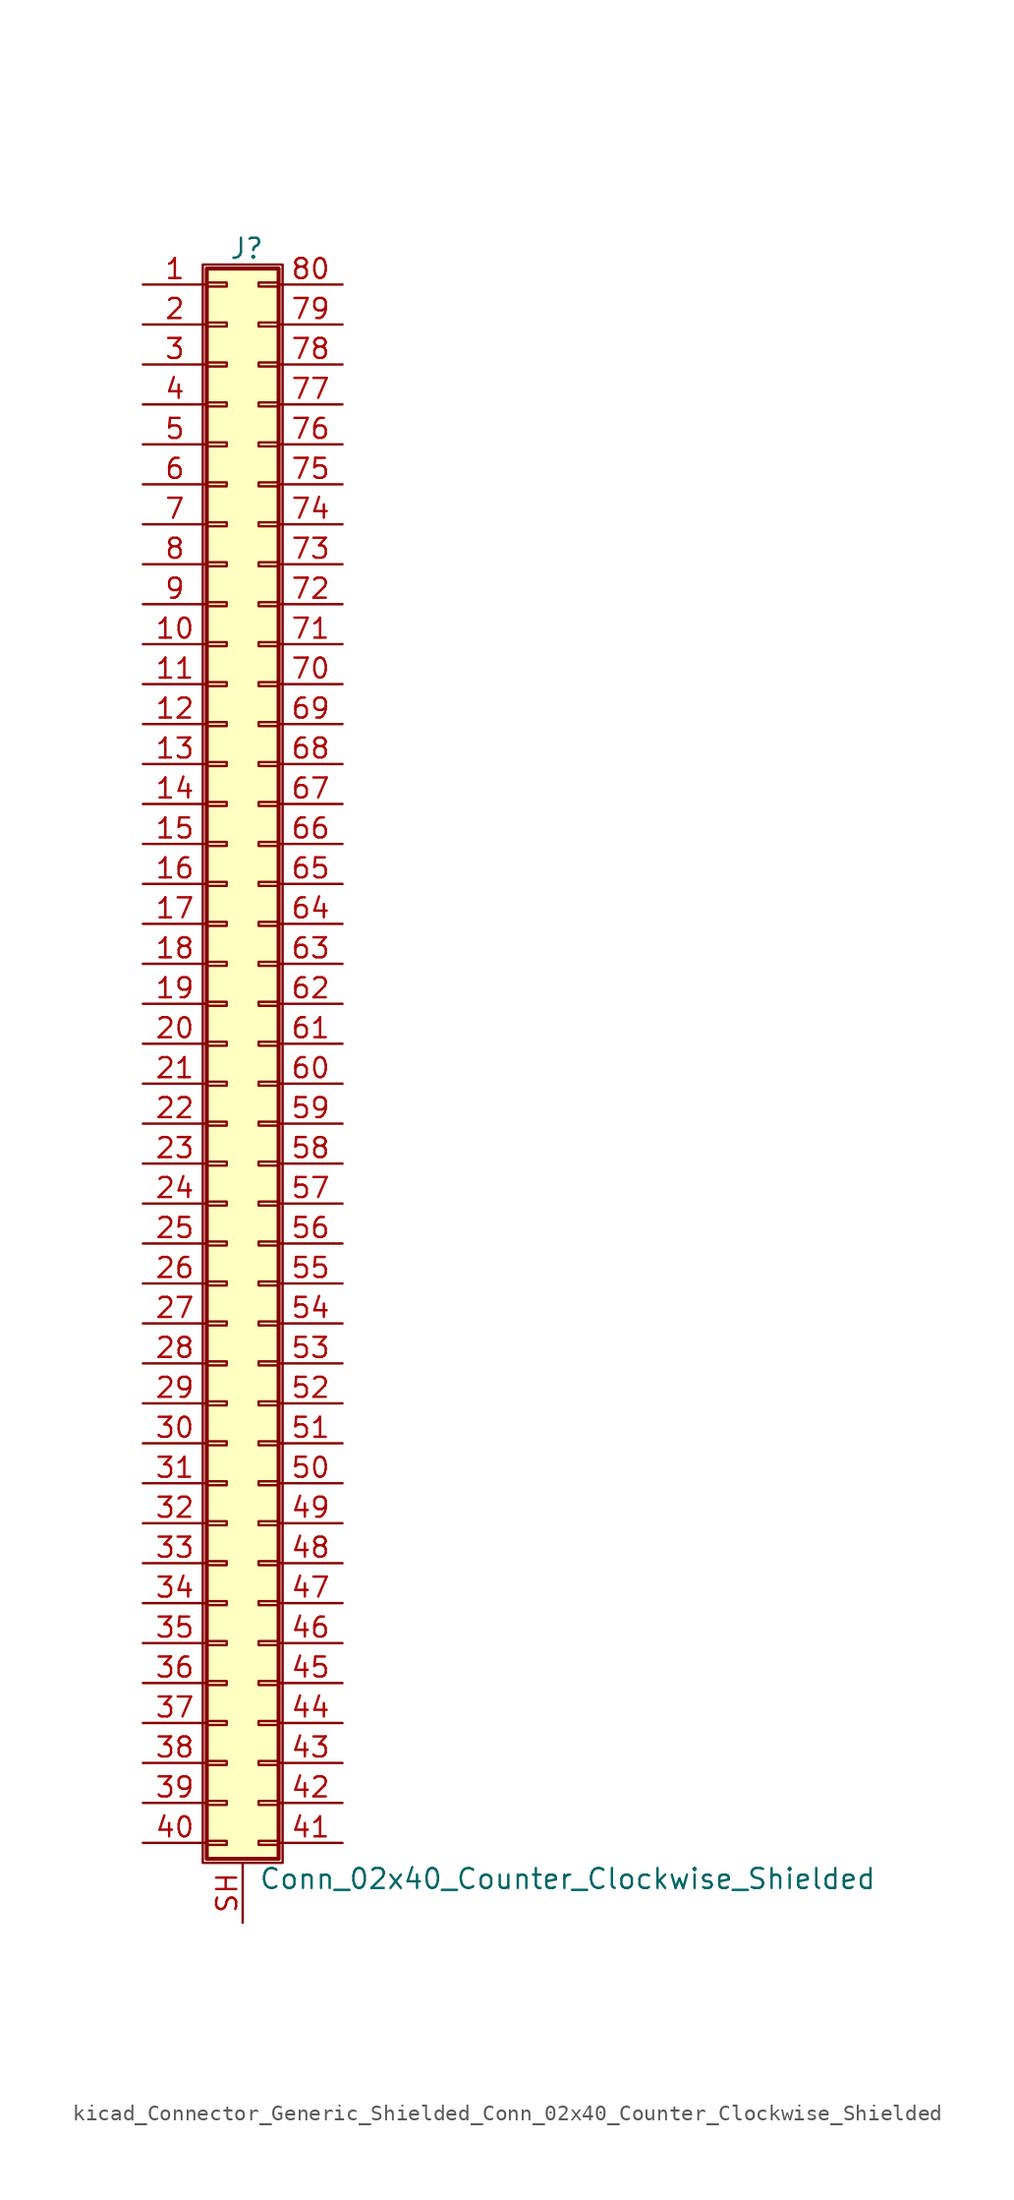
<source format=kicad_sym>
(kicad_symbol_lib
  (version 20220914)
  (generator kicad_symbol_editor)
  (symbol "kicad_Connector_Generic_Shielded_Conn_02x40_Counter_Clockwise_Shielded"
    (pin_names
      (offset 1.016) hide)
    (property "Reference" "J"
      (at 1.524 50.546 0)
      (effects (font (size 1.27 1.27))))
    (property "Value" "Conn_02x40_Counter_Clockwise_Shielded"
      (at 2.286 -53.086 0)
      (effects (font (size 1.27 1.27)) (justify left)))
    (symbol "kicad_Connector_Generic_Shielded_Conn_02x40_Counter_Clockwise_Shielded_1_1"
      (rectangle (start -1.27 49.53) (end 3.81 -52.07) (stroke (width 0.152) (type default)) (fill (type none)))
      (rectangle (start -1.016 -50.673) (end 0.254 -50.927) (stroke (width 0.152) (type default)) (fill (type none)))
      (rectangle (start -1.016 -48.133) (end 0.254 -48.387) (stroke (width 0.152) (type default)) (fill (type none)))
      (rectangle (start -1.016 -45.593) (end 0.254 -45.847) (stroke (width 0.152) (type default)) (fill (type none)))
      (rectangle (start -1.016 -43.053) (end 0.254 -43.307) (stroke (width 0.152) (type default)) (fill (type none)))
      (rectangle (start -1.016 -40.513) (end 0.254 -40.767) (stroke (width 0.152) (type default)) (fill (type none)))
      (rectangle (start -1.016 -37.973) (end 0.254 -38.227) (stroke (width 0.152) (type default)) (fill (type none)))
      (rectangle (start -1.016 -35.433) (end 0.254 -35.687) (stroke (width 0.152) (type default)) (fill (type none)))
      (rectangle (start -1.016 -32.893) (end 0.254 -33.147) (stroke (width 0.152) (type default)) (fill (type none)))
      (rectangle (start -1.016 -30.353) (end 0.254 -30.607) (stroke (width 0.152) (type default)) (fill (type none)))
      (rectangle (start -1.016 -27.813) (end 0.254 -28.067) (stroke (width 0.152) (type default)) (fill (type none)))
      (rectangle (start -1.016 -25.273) (end 0.254 -25.527) (stroke (width 0.152) (type default)) (fill (type none)))
      (rectangle (start -1.016 -22.733) (end 0.254 -22.987) (stroke (width 0.152) (type default)) (fill (type none)))
      (rectangle (start -1.016 -20.193) (end 0.254 -20.447) (stroke (width 0.152) (type default)) (fill (type none)))
      (rectangle (start -1.016 -17.653) (end 0.254 -17.907) (stroke (width 0.152) (type default)) (fill (type none)))
      (rectangle (start -1.016 -15.113) (end 0.254 -15.367) (stroke (width 0.152) (type default)) (fill (type none)))
      (rectangle (start -1.016 -12.573) (end 0.254 -12.827) (stroke (width 0.152) (type default)) (fill (type none)))
      (rectangle (start -1.016 -10.033) (end 0.254 -10.287) (stroke (width 0.152) (type default)) (fill (type none)))
      (rectangle (start -1.016 -7.493) (end 0.254 -7.747) (stroke (width 0.152) (type default)) (fill (type none)))
      (rectangle (start -1.016 -4.953) (end 0.254 -5.207) (stroke (width 0.152) (type default)) (fill (type none)))
      (rectangle (start -1.016 -2.413) (end 0.254 -2.667) (stroke (width 0.152) (type default)) (fill (type none)))
      (rectangle (start -1.016 0.127) (end 0.254 -0.127) (stroke (width 0.152) (type default)) (fill (type none)))
      (rectangle (start -1.016 2.667) (end 0.254 2.413) (stroke (width 0.152) (type default)) (fill (type none)))
      (rectangle (start -1.016 5.207) (end 0.254 4.953) (stroke (width 0.152) (type default)) (fill (type none)))
      (rectangle (start -1.016 7.747) (end 0.254 7.493) (stroke (width 0.152) (type default)) (fill (type none)))
      (rectangle (start -1.016 10.287) (end 0.254 10.033) (stroke (width 0.152) (type default)) (fill (type none)))
      (rectangle (start -1.016 12.827) (end 0.254 12.573) (stroke (width 0.152) (type default)) (fill (type none)))
      (rectangle (start -1.016 15.367) (end 0.254 15.113) (stroke (width 0.152) (type default)) (fill (type none)))
      (rectangle (start -1.016 17.907) (end 0.254 17.653) (stroke (width 0.152) (type default)) (fill (type none)))
      (rectangle (start -1.016 20.447) (end 0.254 20.193) (stroke (width 0.152) (type default)) (fill (type none)))
      (rectangle (start -1.016 22.987) (end 0.254 22.733) (stroke (width 0.152) (type default)) (fill (type none)))
      (rectangle (start -1.016 25.527) (end 0.254 25.273) (stroke (width 0.152) (type default)) (fill (type none)))
      (rectangle (start -1.016 28.067) (end 0.254 27.813) (stroke (width 0.152) (type default)) (fill (type none)))
      (rectangle (start -1.016 30.607) (end 0.254 30.353) (stroke (width 0.152) (type default)) (fill (type none)))
      (rectangle (start -1.016 33.147) (end 0.254 32.893) (stroke (width 0.152) (type default)) (fill (type none)))
      (rectangle (start -1.016 35.687) (end 0.254 35.433) (stroke (width 0.152) (type default)) (fill (type none)))
      (rectangle (start -1.016 38.227) (end 0.254 37.973) (stroke (width 0.152) (type default)) (fill (type none)))
      (rectangle (start -1.016 40.767) (end 0.254 40.513) (stroke (width 0.152) (type default)) (fill (type none)))
      (rectangle (start -1.016 43.307) (end 0.254 43.053) (stroke (width 0.152) (type default)) (fill (type none)))
      (rectangle (start -1.016 45.847) (end 0.254 45.593) (stroke (width 0.152) (type default)) (fill (type none)))
      (rectangle (start -1.016 48.387) (end 0.254 48.133) (stroke (width 0.152) (type default)) (fill (type none)))
      (rectangle (start -1.016 49.276) (end 3.556 -51.816) (stroke (width 0.254) (type default)) (fill (type background)))
      (rectangle (start 3.556 -50.673) (end 2.286 -50.927) (stroke (width 0.152) (type default)) (fill (type none)))
      (rectangle (start 3.556 -48.133) (end 2.286 -48.387) (stroke (width 0.152) (type default)) (fill (type none)))
      (rectangle (start 3.556 -45.593) (end 2.286 -45.847) (stroke (width 0.152) (type default)) (fill (type none)))
      (rectangle (start 3.556 -43.053) (end 2.286 -43.307) (stroke (width 0.152) (type default)) (fill (type none)))
      (rectangle (start 3.556 -40.513) (end 2.286 -40.767) (stroke (width 0.152) (type default)) (fill (type none)))
      (rectangle (start 3.556 -37.973) (end 2.286 -38.227) (stroke (width 0.152) (type default)) (fill (type none)))
      (rectangle (start 3.556 -35.433) (end 2.286 -35.687) (stroke (width 0.152) (type default)) (fill (type none)))
      (rectangle (start 3.556 -32.893) (end 2.286 -33.147) (stroke (width 0.152) (type default)) (fill (type none)))
      (rectangle (start 3.556 -30.353) (end 2.286 -30.607) (stroke (width 0.152) (type default)) (fill (type none)))
      (rectangle (start 3.556 -27.813) (end 2.286 -28.067) (stroke (width 0.152) (type default)) (fill (type none)))
      (rectangle (start 3.556 -25.273) (end 2.286 -25.527) (stroke (width 0.152) (type default)) (fill (type none)))
      (rectangle (start 3.556 -22.733) (end 2.286 -22.987) (stroke (width 0.152) (type default)) (fill (type none)))
      (rectangle (start 3.556 -20.193) (end 2.286 -20.447) (stroke (width 0.152) (type default)) (fill (type none)))
      (rectangle (start 3.556 -17.653) (end 2.286 -17.907) (stroke (width 0.152) (type default)) (fill (type none)))
      (rectangle (start 3.556 -15.113) (end 2.286 -15.367) (stroke (width 0.152) (type default)) (fill (type none)))
      (rectangle (start 3.556 -12.573) (end 2.286 -12.827) (stroke (width 0.152) (type default)) (fill (type none)))
      (rectangle (start 3.556 -10.033) (end 2.286 -10.287) (stroke (width 0.152) (type default)) (fill (type none)))
      (rectangle (start 3.556 -7.493) (end 2.286 -7.747) (stroke (width 0.152) (type default)) (fill (type none)))
      (rectangle (start 3.556 -4.953) (end 2.286 -5.207) (stroke (width 0.152) (type default)) (fill (type none)))
      (rectangle (start 3.556 -2.413) (end 2.286 -2.667) (stroke (width 0.152) (type default)) (fill (type none)))
      (rectangle (start 3.556 0.127) (end 2.286 -0.127) (stroke (width 0.152) (type default)) (fill (type none)))
      (rectangle (start 3.556 2.667) (end 2.286 2.413) (stroke (width 0.152) (type default)) (fill (type none)))
      (rectangle (start 3.556 5.207) (end 2.286 4.953) (stroke (width 0.152) (type default)) (fill (type none)))
      (rectangle (start 3.556 7.747) (end 2.286 7.493) (stroke (width 0.152) (type default)) (fill (type none)))
      (rectangle (start 3.556 10.287) (end 2.286 10.033) (stroke (width 0.152) (type default)) (fill (type none)))
      (rectangle (start 3.556 12.827) (end 2.286 12.573) (stroke (width 0.152) (type default)) (fill (type none)))
      (rectangle (start 3.556 15.367) (end 2.286 15.113) (stroke (width 0.152) (type default)) (fill (type none)))
      (rectangle (start 3.556 17.907) (end 2.286 17.653) (stroke (width 0.152) (type default)) (fill (type none)))
      (rectangle (start 3.556 20.447) (end 2.286 20.193) (stroke (width 0.152) (type default)) (fill (type none)))
      (rectangle (start 3.556 22.987) (end 2.286 22.733) (stroke (width 0.152) (type default)) (fill (type none)))
      (rectangle (start 3.556 25.527) (end 2.286 25.273) (stroke (width 0.152) (type default)) (fill (type none)))
      (rectangle (start 3.556 28.067) (end 2.286 27.813) (stroke (width 0.152) (type default)) (fill (type none)))
      (rectangle (start 3.556 30.607) (end 2.286 30.353) (stroke (width 0.152) (type default)) (fill (type none)))
      (rectangle (start 3.556 33.147) (end 2.286 32.893) (stroke (width 0.152) (type default)) (fill (type none)))
      (rectangle (start 3.556 35.687) (end 2.286 35.433) (stroke (width 0.152) (type default)) (fill (type none)))
      (rectangle (start 3.556 38.227) (end 2.286 37.973) (stroke (width 0.152) (type default)) (fill (type none)))
      (rectangle (start 3.556 40.767) (end 2.286 40.513) (stroke (width 0.152) (type default)) (fill (type none)))
      (rectangle (start 3.556 43.307) (end 2.286 43.053) (stroke (width 0.152) (type default)) (fill (type none)))
      (rectangle (start 3.556 45.847) (end 2.286 45.593) (stroke (width 0.152) (type default)) (fill (type none)))
      (rectangle (start 3.556 48.387) (end 2.286 48.133) (stroke (width 0.152) (type default)) (fill (type none)))
      (pin passive line (at -5.08 48.26 0) (length 4.064) (name "Pin_1" (effects (font (size 1.27 1.27)))) (number "1" (effects (font (size 1.27 1.27)))))
      (pin passive line (at -5.08 25.4 0) (length 4.064) (name "Pin_10" (effects (font (size 1.27 1.27)))) (number "10" (effects (font (size 1.27 1.27)))))
      (pin passive line (at -5.08 22.86 0) (length 4.064) (name "Pin_11" (effects (font (size 1.27 1.27)))) (number "11" (effects (font (size 1.27 1.27)))))
      (pin passive line (at -5.08 20.32 0) (length 4.064) (name "Pin_12" (effects (font (size 1.27 1.27)))) (number "12" (effects (font (size 1.27 1.27)))))
      (pin passive line (at -5.08 17.78 0) (length 4.064) (name "Pin_13" (effects (font (size 1.27 1.27)))) (number "13" (effects (font (size 1.27 1.27)))))
      (pin passive line (at -5.08 15.24 0) (length 4.064) (name "Pin_14" (effects (font (size 1.27 1.27)))) (number "14" (effects (font (size 1.27 1.27)))))
      (pin passive line (at -5.08 12.7 0) (length 4.064) (name "Pin_15" (effects (font (size 1.27 1.27)))) (number "15" (effects (font (size 1.27 1.27)))))
      (pin passive line (at -5.08 10.16 0) (length 4.064) (name "Pin_16" (effects (font (size 1.27 1.27)))) (number "16" (effects (font (size 1.27 1.27)))))
      (pin passive line (at -5.08 7.62 0) (length 4.064) (name "Pin_17" (effects (font (size 1.27 1.27)))) (number "17" (effects (font (size 1.27 1.27)))))
      (pin passive line (at -5.08 5.08 0) (length 4.064) (name "Pin_18" (effects (font (size 1.27 1.27)))) (number "18" (effects (font (size 1.27 1.27)))))
      (pin passive line (at -5.08 2.54 0) (length 4.064) (name "Pin_19" (effects (font (size 1.27 1.27)))) (number "19" (effects (font (size 1.27 1.27)))))
      (pin passive line (at -5.08 45.72 0) (length 4.064) (name "Pin_2" (effects (font (size 1.27 1.27)))) (number "2" (effects (font (size 1.27 1.27)))))
      (pin passive line (at -5.08 0 0) (length 4.064) (name "Pin_20" (effects (font (size 1.27 1.27)))) (number "20" (effects (font (size 1.27 1.27)))))
      (pin passive line (at -5.08 -2.54 0) (length 4.064) (name "Pin_21" (effects (font (size 1.27 1.27)))) (number "21" (effects (font (size 1.27 1.27)))))
      (pin passive line (at -5.08 -5.08 0) (length 4.064) (name "Pin_22" (effects (font (size 1.27 1.27)))) (number "22" (effects (font (size 1.27 1.27)))))
      (pin passive line (at -5.08 -7.62 0) (length 4.064) (name "Pin_23" (effects (font (size 1.27 1.27)))) (number "23" (effects (font (size 1.27 1.27)))))
      (pin passive line (at -5.08 -10.16 0) (length 4.064) (name "Pin_24" (effects (font (size 1.27 1.27)))) (number "24" (effects (font (size 1.27 1.27)))))
      (pin passive line (at -5.08 -12.7 0) (length 4.064) (name "Pin_25" (effects (font (size 1.27 1.27)))) (number "25" (effects (font (size 1.27 1.27)))))
      (pin passive line (at -5.08 -15.24 0) (length 4.064) (name "Pin_26" (effects (font (size 1.27 1.27)))) (number "26" (effects (font (size 1.27 1.27)))))
      (pin passive line (at -5.08 -17.78 0) (length 4.064) (name "Pin_27" (effects (font (size 1.27 1.27)))) (number "27" (effects (font (size 1.27 1.27)))))
      (pin passive line (at -5.08 -20.32 0) (length 4.064) (name "Pin_28" (effects (font (size 1.27 1.27)))) (number "28" (effects (font (size 1.27 1.27)))))
      (pin passive line (at -5.08 -22.86 0) (length 4.064) (name "Pin_29" (effects (font (size 1.27 1.27)))) (number "29" (effects (font (size 1.27 1.27)))))
      (pin passive line (at -5.08 43.18 0) (length 4.064) (name "Pin_3" (effects (font (size 1.27 1.27)))) (number "3" (effects (font (size 1.27 1.27)))))
      (pin passive line (at -5.08 -25.4 0) (length 4.064) (name "Pin_30" (effects (font (size 1.27 1.27)))) (number "30" (effects (font (size 1.27 1.27)))))
      (pin passive line (at -5.08 -27.94 0) (length 4.064) (name "Pin_31" (effects (font (size 1.27 1.27)))) (number "31" (effects (font (size 1.27 1.27)))))
      (pin passive line (at -5.08 -30.48 0) (length 4.064) (name "Pin_32" (effects (font (size 1.27 1.27)))) (number "32" (effects (font (size 1.27 1.27)))))
      (pin passive line (at -5.08 -33.02 0) (length 4.064) (name "Pin_33" (effects (font (size 1.27 1.27)))) (number "33" (effects (font (size 1.27 1.27)))))
      (pin passive line (at -5.08 -35.56 0) (length 4.064) (name "Pin_34" (effects (font (size 1.27 1.27)))) (number "34" (effects (font (size 1.27 1.27)))))
      (pin passive line (at -5.08 -38.1 0) (length 4.064) (name "Pin_35" (effects (font (size 1.27 1.27)))) (number "35" (effects (font (size 1.27 1.27)))))
      (pin passive line (at -5.08 -40.64 0) (length 4.064) (name "Pin_36" (effects (font (size 1.27 1.27)))) (number "36" (effects (font (size 1.27 1.27)))))
      (pin passive line (at -5.08 -43.18 0) (length 4.064) (name "Pin_37" (effects (font (size 1.27 1.27)))) (number "37" (effects (font (size 1.27 1.27)))))
      (pin passive line (at -5.08 -45.72 0) (length 4.064) (name "Pin_38" (effects (font (size 1.27 1.27)))) (number "38" (effects (font (size 1.27 1.27)))))
      (pin passive line (at -5.08 -48.26 0) (length 4.064) (name "Pin_39" (effects (font (size 1.27 1.27)))) (number "39" (effects (font (size 1.27 1.27)))))
      (pin passive line (at -5.08 40.64 0) (length 4.064) (name "Pin_4" (effects (font (size 1.27 1.27)))) (number "4" (effects (font (size 1.27 1.27)))))
      (pin passive line (at -5.08 -50.8 0) (length 4.064) (name "Pin_40" (effects (font (size 1.27 1.27)))) (number "40" (effects (font (size 1.27 1.27)))))
      (pin passive line (at 7.62 -50.8 180) (length 4.064) (name "Pin_41" (effects (font (size 1.27 1.27)))) (number "41" (effects (font (size 1.27 1.27)))))
      (pin passive line (at 7.62 -48.26 180) (length 4.064) (name "Pin_42" (effects (font (size 1.27 1.27)))) (number "42" (effects (font (size 1.27 1.27)))))
      (pin passive line (at 7.62 -45.72 180) (length 4.064) (name "Pin_43" (effects (font (size 1.27 1.27)))) (number "43" (effects (font (size 1.27 1.27)))))
      (pin passive line (at 7.62 -43.18 180) (length 4.064) (name "Pin_44" (effects (font (size 1.27 1.27)))) (number "44" (effects (font (size 1.27 1.27)))))
      (pin passive line (at 7.62 -40.64 180) (length 4.064) (name "Pin_45" (effects (font (size 1.27 1.27)))) (number "45" (effects (font (size 1.27 1.27)))))
      (pin passive line (at 7.62 -38.1 180) (length 4.064) (name "Pin_46" (effects (font (size 1.27 1.27)))) (number "46" (effects (font (size 1.27 1.27)))))
      (pin passive line (at 7.62 -35.56 180) (length 4.064) (name "Pin_47" (effects (font (size 1.27 1.27)))) (number "47" (effects (font (size 1.27 1.27)))))
      (pin passive line (at 7.62 -33.02 180) (length 4.064) (name "Pin_48" (effects (font (size 1.27 1.27)))) (number "48" (effects (font (size 1.27 1.27)))))
      (pin passive line (at 7.62 -30.48 180) (length 4.064) (name "Pin_49" (effects (font (size 1.27 1.27)))) (number "49" (effects (font (size 1.27 1.27)))))
      (pin passive line (at -5.08 38.1 0) (length 4.064) (name "Pin_5" (effects (font (size 1.27 1.27)))) (number "5" (effects (font (size 1.27 1.27)))))
      (pin passive line (at 7.62 -27.94 180) (length 4.064) (name "Pin_50" (effects (font (size 1.27 1.27)))) (number "50" (effects (font (size 1.27 1.27)))))
      (pin passive line (at 7.62 -25.4 180) (length 4.064) (name "Pin_51" (effects (font (size 1.27 1.27)))) (number "51" (effects (font (size 1.27 1.27)))))
      (pin passive line (at 7.62 -22.86 180) (length 4.064) (name "Pin_52" (effects (font (size 1.27 1.27)))) (number "52" (effects (font (size 1.27 1.27)))))
      (pin passive line (at 7.62 -20.32 180) (length 4.064) (name "Pin_53" (effects (font (size 1.27 1.27)))) (number "53" (effects (font (size 1.27 1.27)))))
      (pin passive line (at 7.62 -17.78 180) (length 4.064) (name "Pin_54" (effects (font (size 1.27 1.27)))) (number "54" (effects (font (size 1.27 1.27)))))
      (pin passive line (at 7.62 -15.24 180) (length 4.064) (name "Pin_55" (effects (font (size 1.27 1.27)))) (number "55" (effects (font (size 1.27 1.27)))))
      (pin passive line (at 7.62 -12.7 180) (length 4.064) (name "Pin_56" (effects (font (size 1.27 1.27)))) (number "56" (effects (font (size 1.27 1.27)))))
      (pin passive line (at 7.62 -10.16 180) (length 4.064) (name "Pin_57" (effects (font (size 1.27 1.27)))) (number "57" (effects (font (size 1.27 1.27)))))
      (pin passive line (at 7.62 -7.62 180) (length 4.064) (name "Pin_58" (effects (font (size 1.27 1.27)))) (number "58" (effects (font (size 1.27 1.27)))))
      (pin passive line (at 7.62 -5.08 180) (length 4.064) (name "Pin_59" (effects (font (size 1.27 1.27)))) (number "59" (effects (font (size 1.27 1.27)))))
      (pin passive line (at -5.08 35.56 0) (length 4.064) (name "Pin_6" (effects (font (size 1.27 1.27)))) (number "6" (effects (font (size 1.27 1.27)))))
      (pin passive line (at 7.62 -2.54 180) (length 4.064) (name "Pin_60" (effects (font (size 1.27 1.27)))) (number "60" (effects (font (size 1.27 1.27)))))
      (pin passive line (at 7.62 0 180) (length 4.064) (name "Pin_61" (effects (font (size 1.27 1.27)))) (number "61" (effects (font (size 1.27 1.27)))))
      (pin passive line (at 7.62 2.54 180) (length 4.064) (name "Pin_62" (effects (font (size 1.27 1.27)))) (number "62" (effects (font (size 1.27 1.27)))))
      (pin passive line (at 7.62 5.08 180) (length 4.064) (name "Pin_63" (effects (font (size 1.27 1.27)))) (number "63" (effects (font (size 1.27 1.27)))))
      (pin passive line (at 7.62 7.62 180) (length 4.064) (name "Pin_64" (effects (font (size 1.27 1.27)))) (number "64" (effects (font (size 1.27 1.27)))))
      (pin passive line (at 7.62 10.16 180) (length 4.064) (name "Pin_65" (effects (font (size 1.27 1.27)))) (number "65" (effects (font (size 1.27 1.27)))))
      (pin passive line (at 7.62 12.7 180) (length 4.064) (name "Pin_66" (effects (font (size 1.27 1.27)))) (number "66" (effects (font (size 1.27 1.27)))))
      (pin passive line (at 7.62 15.24 180) (length 4.064) (name "Pin_67" (effects (font (size 1.27 1.27)))) (number "67" (effects (font (size 1.27 1.27)))))
      (pin passive line (at 7.62 17.78 180) (length 4.064) (name "Pin_68" (effects (font (size 1.27 1.27)))) (number "68" (effects (font (size 1.27 1.27)))))
      (pin passive line (at 7.62 20.32 180) (length 4.064) (name "Pin_69" (effects (font (size 1.27 1.27)))) (number "69" (effects (font (size 1.27 1.27)))))
      (pin passive line (at -5.08 33.02 0) (length 4.064) (name "Pin_7" (effects (font (size 1.27 1.27)))) (number "7" (effects (font (size 1.27 1.27)))))
      (pin passive line (at 7.62 22.86 180) (length 4.064) (name "Pin_70" (effects (font (size 1.27 1.27)))) (number "70" (effects (font (size 1.27 1.27)))))
      (pin passive line (at 7.62 25.4 180) (length 4.064) (name "Pin_71" (effects (font (size 1.27 1.27)))) (number "71" (effects (font (size 1.27 1.27)))))
      (pin passive line (at 7.62 27.94 180) (length 4.064) (name "Pin_72" (effects (font (size 1.27 1.27)))) (number "72" (effects (font (size 1.27 1.27)))))
      (pin passive line (at 7.62 30.48 180) (length 4.064) (name "Pin_73" (effects (font (size 1.27 1.27)))) (number "73" (effects (font (size 1.27 1.27)))))
      (pin passive line (at 7.62 33.02 180) (length 4.064) (name "Pin_74" (effects (font (size 1.27 1.27)))) (number "74" (effects (font (size 1.27 1.27)))))
      (pin passive line (at 7.62 35.56 180) (length 4.064) (name "Pin_75" (effects (font (size 1.27 1.27)))) (number "75" (effects (font (size 1.27 1.27)))))
      (pin passive line (at 7.62 38.1 180) (length 4.064) (name "Pin_76" (effects (font (size 1.27 1.27)))) (number "76" (effects (font (size 1.27 1.27)))))
      (pin passive line (at 7.62 40.64 180) (length 4.064) (name "Pin_77" (effects (font (size 1.27 1.27)))) (number "77" (effects (font (size 1.27 1.27)))))
      (pin passive line (at 7.62 43.18 180) (length 4.064) (name "Pin_78" (effects (font (size 1.27 1.27)))) (number "78" (effects (font (size 1.27 1.27)))))
      (pin passive line (at 7.62 45.72 180) (length 4.064) (name "Pin_79" (effects (font (size 1.27 1.27)))) (number "79" (effects (font (size 1.27 1.27)))))
      (pin passive line (at -5.08 30.48 0) (length 4.064) (name "Pin_8" (effects (font (size 1.27 1.27)))) (number "8" (effects (font (size 1.27 1.27)))))
      (pin passive line (at 7.62 48.26 180) (length 4.064) (name "Pin_80" (effects (font (size 1.27 1.27)))) (number "80" (effects (font (size 1.27 1.27)))))
      (pin passive line (at -5.08 27.94 0) (length 4.064) (name "Pin_9" (effects (font (size 1.27 1.27)))) (number "9" (effects (font (size 1.27 1.27)))))
      (pin passive line (at 1.27 -55.88 90) (length 3.81) (name "Shield" (effects (font (size 1.27 1.27)))) (number "SH" (effects (font (size 1.27 1.27))))))))
</source>
